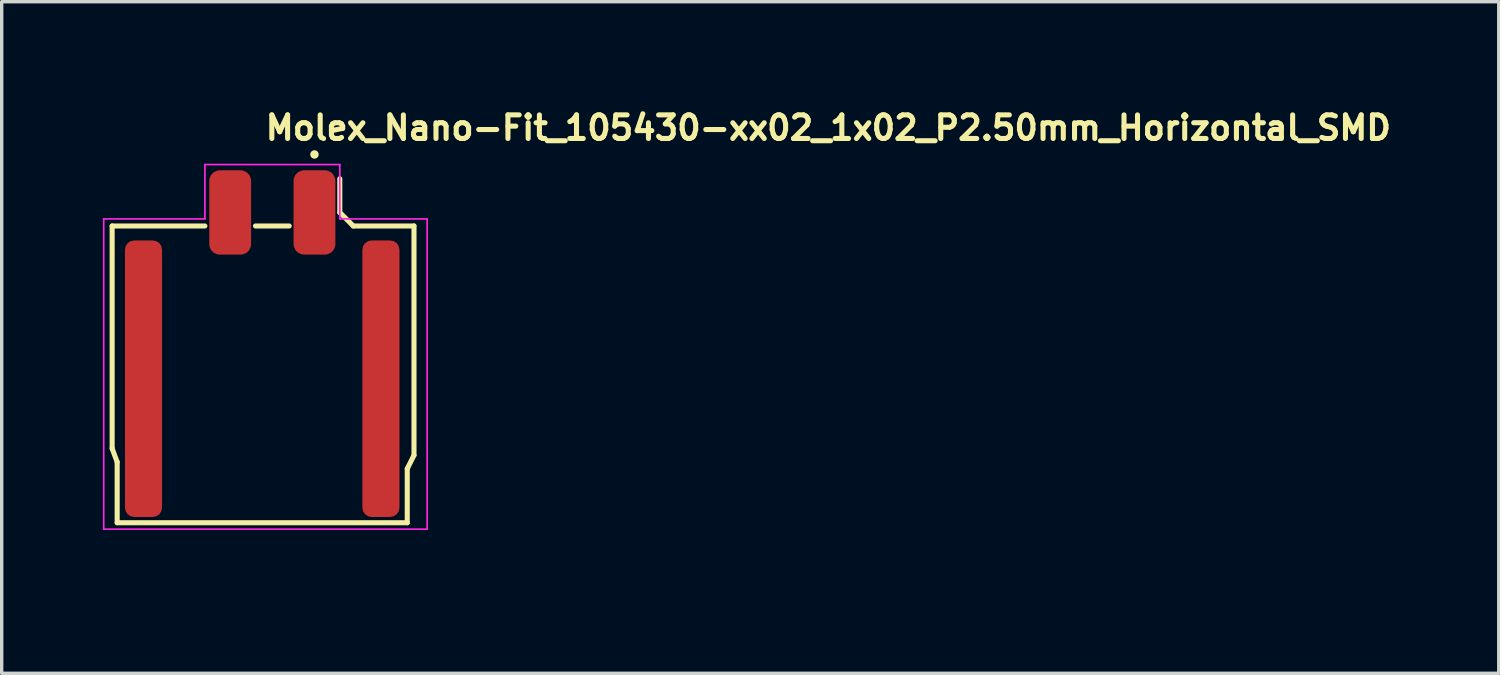
<source format=kicad_pcb>
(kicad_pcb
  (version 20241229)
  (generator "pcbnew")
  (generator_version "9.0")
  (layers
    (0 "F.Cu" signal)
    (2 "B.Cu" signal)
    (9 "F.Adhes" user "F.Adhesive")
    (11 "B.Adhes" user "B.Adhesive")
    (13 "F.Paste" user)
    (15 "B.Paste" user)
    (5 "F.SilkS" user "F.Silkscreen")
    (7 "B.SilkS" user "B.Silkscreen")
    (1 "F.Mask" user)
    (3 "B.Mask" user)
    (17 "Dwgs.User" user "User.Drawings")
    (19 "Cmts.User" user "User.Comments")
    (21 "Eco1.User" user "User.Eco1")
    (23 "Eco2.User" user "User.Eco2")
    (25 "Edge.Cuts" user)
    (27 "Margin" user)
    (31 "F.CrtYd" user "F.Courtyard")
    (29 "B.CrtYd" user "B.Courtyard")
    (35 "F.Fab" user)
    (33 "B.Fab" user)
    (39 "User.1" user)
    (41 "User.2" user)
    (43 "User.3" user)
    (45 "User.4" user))
  (footprint "Molex_Nano-Fit_105430-xx02_1x02_P2.50mm_Horizontal_SMD"
    (layer "F.Cu")
    (at 4.745 8.15)
    (property "Reference" "Molex_Nano-Fit_105430-xx02_1x02_P2.50mm_Horizontal_SMD" (at 0 -7 0) (layer "F.SilkS") (effects (font (size 0.7 0.7) (thickness 0.15)) (justify left bottom)))
    (attr smd)
    (fp_line (start -4.47 -4.5) (end -4.47 2.099) (stroke (width 0.15) (type solid)) (layer "F.SilkS"))
    (fp_line (start -4.47 2.099) (end -4.321 2.499) (stroke (width 0.15) (type solid)) (layer "F.SilkS"))
    (fp_line (start -4.321 2.499) (end -4.321 4.299) (stroke (width 0.15) (type solid)) (layer "F.SilkS"))
    (fp_line (start -4.321 4.299) (end 4.28 4.299) (stroke (width 0.15) (type solid)) (layer "F.SilkS"))
    (fp_line (start -1.72 -4.5) (end -4.47 -4.5) (stroke (width 0.15) (type solid)) (layer "F.SilkS"))
    (fp_line (start -0.22 -4.5) (end 0.78 -4.5) (stroke (width 0.15) (type solid)) (layer "F.SilkS"))
    (fp_line (start 2.28 -4.901) (end 2.28 -5.901) (stroke (width 0.15) (type solid)) (layer "F.SilkS"))
    (fp_line (start 2.28 -4.901) (end 2.68 -4.5) (stroke (width 0.15) (type solid)) (layer "F.SilkS"))
    (fp_line (start 4.28 2.698) (end 4.28 4.299) (stroke (width 0.15) (type solid)) (layer "F.SilkS"))
    (fp_line (start 4.48 -4.5) (end 2.68 -4.5) (stroke (width 0.15) (type solid)) (layer "F.SilkS"))
    (fp_line (start 4.48 2.298) (end 4.28 2.698) (stroke (width 0.15) (type solid)) (layer "F.SilkS"))
    (fp_line (start 4.48 2.298) (end 4.48 -4.5) (stroke (width 0.15) (type solid)) (layer "F.SilkS"))
    (fp_circle (center 1.529 -6.62) (end 1.579 -6.62) (stroke (width 0.15) (type solid)) (fill yes) (layer "F.SilkS"))
    (fp_line (start -4.72 -4.71) (end -1.72 -4.71) (stroke (width 0.05) (type solid)) (layer "F.CrtYd"))
    (fp_line (start -4.72 4.49) (end -4.72 -4.71) (stroke (width 0.05) (type solid)) (layer "F.CrtYd"))
    (fp_line (start -1.72 -4.71) (end -1.72 -6.32) (stroke (width 0.05) (type solid)) (layer "F.CrtYd"))
    (fp_line (start 2.28 -6.32) (end -1.72 -6.32) (stroke (width 0.05) (type solid)) (layer "F.CrtYd"))
    (fp_line (start 2.28 -6.32) (end 2.28 -4.71) (stroke (width 0.05) (type solid)) (layer "F.CrtYd"))
    (fp_line (start 2.28 -4.71) (end 4.87 -4.71) (stroke (width 0.05) (type solid)) (layer "F.CrtYd"))
    (fp_line (start 4.87 4.49) (end -4.72 4.49) (stroke (width 0.05) (type solid)) (layer "F.CrtYd"))
    (fp_line (start 4.87 4.49) (end 4.87 -4.71) (stroke (width 0.05) (type solid)) (layer "F.CrtYd"))
    (fp_rect (start -4.372 -5.715) (end 4.37 5.714) (stroke (width 0.1) (type solid)) (fill no) (layer "User.5"))
    (fp_line (start -4.372 -4.436) (end -4.372 2.253) (stroke (width 0.02) (type solid)) (layer "User.9"))
    (fp_line (start -4.372 2.253) (end -3.371 4.254) (stroke (width 0.02) (type solid)) (layer "User.9"))
    (fp_line (start -3.871 -4.436) (end -4.372 -4.436) (stroke (width 0.02) (type solid)) (layer "User.9"))
    (fp_line (start -3.871 -3.436) (end -3.871 -4.436) (stroke (width 0.02) (type solid)) (layer "User.9"))
    (fp_line (start -3.77 -4.436) (end -3.77 -4.287) (stroke (width 0.02) (type solid)) (layer "User.9"))
    (fp_line (start -3.77 -4.287) (end -3.77 -3.436) (stroke (width 0.02) (type solid)) (layer "User.9"))
    (fp_line (start -3.77 3.454) (end -3.77 3.704) (stroke (width 0.02) (type solid)) (layer "User.9"))
    (fp_line (start -3.77 3.704) (end -3.77 3.987) (stroke (width 0.02) (type solid)) (layer "User.9"))
    (fp_line (start -3.77 3.987) (end -3.77 3.987) (stroke (width 0.02) (type solid)) (layer "User.9"))
    (fp_line (start -3.77 3.987) (end -3.77 4.105) (stroke (width 0.02) (type solid)) (layer "User.9"))
    (fp_line (start -3.446 4.105) (end -3.77 4.105) (stroke (width 0.02) (type solid)) (layer "User.9"))
    (fp_line (start -3.446 4.105) (end -3.77 4.105) (stroke (width 0.02) (type solid)) (layer "User.9"))
    (fp_line (start -3.371 4.254) (end -2.701 4.254) (stroke (width 0.02) (type solid)) (layer "User.9"))
    (fp_line (start -3.27 -4.436) (end -3.77 -4.436) (stroke (width 0.02) (type solid)) (layer "User.9"))
    (fp_line (start -3.27 -4.436) (end -3.27 -4.287) (stroke (width 0.02) (type solid)) (layer "User.9"))
    (fp_line (start -3.27 -4.287) (end -3.77 -4.287) (stroke (width 0.02) (type solid)) (layer "User.9"))
    (fp_line (start -3.27 -4.287) (end -3.27 -3.436) (stroke (width 0.02) (type solid)) (layer "User.9"))
    (fp_line (start -3.17 -3.436) (end -3.871 -3.436) (stroke (width 0.02) (type solid)) (layer "User.9"))
    (fp_line (start -3.17 -3.436) (end -3.17 -4.436) (stroke (width 0.02) (type solid)) (layer "User.9"))
    (fp_line (start -2.5 -2.255) (end -2.5 -2.246) (stroke (width 0.02) (type solid)) (layer "User.9"))
    (fp_line (start -2.5 -2.255) (end -2.499 -2.266) (stroke (width 0.02) (type solid)) (layer "User.9"))
    (fp_line (start -2.5 -2.246) (end -2.5 -2.255) (stroke (width 0.02) (type solid)) (layer "User.9"))
    (fp_line (start -2.5 -2.246) (end -2.5 -2.237) (stroke (width 0.02) (type solid)) (layer "User.9"))
    (fp_line (start -2.5 -2.237) (end -2.5 -2.246) (stroke (width 0.02) (type solid)) (layer "User.9"))
    (fp_line (start -2.5 -2.237) (end -2.301 -2.237) (stroke (width 0.02) (type solid)) (layer "User.9"))
    (fp_line (start -2.5 4.254) (end -2.701 4.254) (stroke (width 0.02) (type solid)) (layer "User.9"))
    (fp_line (start -2.5 5.714) (end -2.5 -2.237) (stroke (width 0.02) (type solid)) (layer "User.9"))
    (fp_line (start -2.499 -2.266) (end -2.5 -2.255) (stroke (width 0.02) (type solid)) (layer "User.9"))
    (fp_line (start -2.499 -2.266) (end -2.497 -2.275) (stroke (width 0.02) (type solid)) (layer "User.9"))
    (fp_line (start -2.497 -2.275) (end -2.499 -2.266) (stroke (width 0.02) (type solid)) (layer "User.9"))
    (fp_line (start -2.497 -2.275) (end -2.495 -2.285) (stroke (width 0.02) (type solid)) (layer "User.9"))
    (fp_line (start -2.495 -2.285) (end -2.497 -2.275) (stroke (width 0.02) (type solid)) (layer "User.9"))
    (fp_line (start -2.495 -2.285) (end -2.492 -2.294) (stroke (width 0.02) (type solid)) (layer "User.9"))
    (fp_line (start -2.492 -2.294) (end -2.495 -2.285) (stroke (width 0.02) (type solid)) (layer "User.9"))
    (fp_line (start -2.492 -2.294) (end -2.489 -2.303) (stroke (width 0.02) (type solid)) (layer "User.9"))
    (fp_line (start -2.489 -2.303) (end -2.492 -2.294) (stroke (width 0.02) (type solid)) (layer "User.9"))
    (fp_line (start -2.489 -2.303) (end -2.485 -2.312) (stroke (width 0.02) (type solid)) (layer "User.9"))
    (fp_line (start -2.485 -2.312) (end -2.489 -2.303) (stroke (width 0.02) (type solid)) (layer "User.9"))
    (fp_line (start -2.485 -2.312) (end -2.481 -2.322) (stroke (width 0.02) (type solid)) (layer "User.9"))
    (fp_line (start -2.481 -2.322) (end -2.485 -2.312) (stroke (width 0.02) (type solid)) (layer "User.9"))
    (fp_line (start -2.481 -2.322) (end -2.477 -2.331) (stroke (width 0.02) (type solid)) (layer "User.9"))
    (fp_line (start -2.477 -2.331) (end -2.481 -2.322) (stroke (width 0.02) (type solid)) (layer "User.9"))
    (fp_line (start -2.477 -2.331) (end -2.472 -2.339) (stroke (width 0.02) (type solid)) (layer "User.9"))
    (fp_line (start -2.472 -2.339) (end -2.477 -2.331) (stroke (width 0.02) (type solid)) (layer "User.9"))
    (fp_line (start -2.472 -2.339) (end -2.468 -2.347) (stroke (width 0.02) (type solid)) (layer "User.9"))
    (fp_line (start -2.468 -2.347) (end -2.472 -2.339) (stroke (width 0.02) (type solid)) (layer "User.9"))
    (fp_line (start -2.468 -2.347) (end -2.461 -2.355) (stroke (width 0.02) (type solid)) (layer "User.9"))
    (fp_line (start -2.461 -2.355) (end -2.468 -2.347) (stroke (width 0.02) (type solid)) (layer "User.9"))
    (fp_line (start -2.461 -2.355) (end -2.456 -2.363) (stroke (width 0.02) (type solid)) (layer "User.9"))
    (fp_line (start -2.456 -2.363) (end -2.461 -2.355) (stroke (width 0.02) (type solid)) (layer "User.9"))
    (fp_line (start -2.456 -2.363) (end -2.449 -2.371) (stroke (width 0.02) (type solid)) (layer "User.9"))
    (fp_line (start -2.449 -2.371) (end -2.456 -2.363) (stroke (width 0.02) (type solid)) (layer "User.9"))
    (fp_line (start -2.449 -2.371) (end -2.443 -2.378) (stroke (width 0.02) (type solid)) (layer "User.9"))
    (fp_line (start -2.443 -2.378) (end -2.449 -2.371) (stroke (width 0.02) (type solid)) (layer "User.9"))
    (fp_line (start -2.443 -2.378) (end -2.443 -2.378) (stroke (width 0.02) (type solid)) (layer "User.9"))
    (fp_line (start -2.443 -2.378) (end -2.443 -2.378) (stroke (width 0.02) (type solid)) (layer "User.9"))
    (fp_line (start -2.443 -2.378) (end -2.436 -2.384) (stroke (width 0.02) (type solid)) (layer "User.9"))
    (fp_line (start -2.436 -2.384) (end -2.443 -2.378) (stroke (width 0.02) (type solid)) (layer "User.9"))
    (fp_line (start -2.436 -2.384) (end -2.427 -2.391) (stroke (width 0.02) (type solid)) (layer "User.9"))
    (fp_line (start -2.427 -2.391) (end -2.436 -2.384) (stroke (width 0.02) (type solid)) (layer "User.9"))
    (fp_line (start -2.427 -2.391) (end -2.419 -2.396) (stroke (width 0.02) (type solid)) (layer "User.9"))
    (fp_line (start -2.419 -2.396) (end -2.427 -2.391) (stroke (width 0.02) (type solid)) (layer "User.9"))
    (fp_line (start -2.419 -2.396) (end -2.411 -2.403) (stroke (width 0.02) (type solid)) (layer "User.9"))
    (fp_line (start -2.411 -2.403) (end -2.419 -2.396) (stroke (width 0.02) (type solid)) (layer "User.9"))
    (fp_line (start -2.411 -2.403) (end -2.403 -2.407) (stroke (width 0.02) (type solid)) (layer "User.9"))
    (fp_line (start -2.403 -2.407) (end -2.411 -2.403) (stroke (width 0.02) (type solid)) (layer "User.9"))
    (fp_line (start -2.403 -2.407) (end -2.395 -2.412) (stroke (width 0.02) (type solid)) (layer "User.9"))
    (fp_line (start -2.395 -2.412) (end -2.403 -2.407) (stroke (width 0.02) (type solid)) (layer "User.9"))
    (fp_line (start -2.395 -2.412) (end -2.387 -2.416) (stroke (width 0.02) (type solid)) (layer "User.9"))
    (fp_line (start -2.387 -2.416) (end -2.395 -2.412) (stroke (width 0.02) (type solid)) (layer "User.9"))
    (fp_line (start -2.387 -2.416) (end -2.378 -2.42) (stroke (width 0.02) (type solid)) (layer "User.9"))
    (fp_line (start -2.378 -2.42) (end -2.387 -2.416) (stroke (width 0.02) (type solid)) (layer "User.9"))
    (fp_line (start -2.378 -2.42) (end -2.368 -2.424) (stroke (width 0.02) (type solid)) (layer "User.9"))
    (fp_line (start -2.368 -2.424) (end -2.378 -2.42) (stroke (width 0.02) (type solid)) (layer "User.9"))
    (fp_line (start -2.368 -2.424) (end -2.359 -2.427) (stroke (width 0.02) (type solid)) (layer "User.9"))
    (fp_line (start -2.359 -2.427) (end -2.368 -2.424) (stroke (width 0.02) (type solid)) (layer "User.9"))
    (fp_line (start -2.359 -2.427) (end -2.35 -2.43) (stroke (width 0.02) (type solid)) (layer "User.9"))
    (fp_line (start -2.35 -2.43) (end -2.359 -2.427) (stroke (width 0.02) (type solid)) (layer "User.9"))
    (fp_line (start -2.35 -2.43) (end -2.34 -2.432) (stroke (width 0.02) (type solid)) (layer "User.9"))
    (fp_line (start -2.34 -2.432) (end -2.35 -2.43) (stroke (width 0.02) (type solid)) (layer "User.9"))
    (fp_line (start -2.34 -2.432) (end -2.331 -2.433) (stroke (width 0.02) (type solid)) (layer "User.9"))
    (fp_line (start -2.331 -2.433) (end -2.34 -2.432) (stroke (width 0.02) (type solid)) (layer "User.9"))
    (fp_line (start -2.331 -2.433) (end -2.32 -2.436) (stroke (width 0.02) (type solid)) (layer "User.9"))
    (fp_line (start -2.32 -2.436) (end -2.331 -2.433) (stroke (width 0.02) (type solid)) (layer "User.9"))
    (fp_line (start -2.32 -2.436) (end -2.311 -2.436) (stroke (width 0.02) (type solid)) (layer "User.9"))
    (fp_line (start -2.311 -2.436) (end -2.32 -2.436) (stroke (width 0.02) (type solid)) (layer "User.9"))
    (fp_line (start -2.311 -2.436) (end -2.301 -2.436) (stroke (width 0.02) (type solid)) (layer "User.9"))
    (fp_line (start -2.301 -2.436) (end -2.311 -2.436) (stroke (width 0.02) (type solid)) (layer "User.9"))
    (fp_line (start -2.301 5.714) (end -2.5 5.714) (stroke (width 0.02) (type solid)) (layer "User.9"))
    (fp_line (start -2.301 5.714) (end 2.899 5.714) (stroke (width 0.02) (type solid)) (layer "User.9"))
    (fp_line (start -2 -2.637) (end -2 -2.436) (stroke (width 0.02) (type solid)) (layer "User.9"))
    (fp_line (start -1.268 -5.516) (end -1.268 -5.715) (stroke (width 0.02) (type solid)) (layer "User.9"))
    (fp_line (start -1.268 -5.177) (end -1.268 -5.516) (stroke (width 0.02) (type solid)) (layer "User.9"))
    (fp_line (start -1.268 -4.827) (end -1.268 -5.177) (stroke (width 0.02) (type solid)) (layer "User.9"))
    (fp_line (start -1.268 -4.577) (end -1.268 -4.827) (stroke (width 0.02) (type solid)) (layer "User.9"))
    (fp_line (start -1.268 -4.436) (end -1.268 -4.577) (stroke (width 0.02) (type solid)) (layer "User.9"))
    (fp_line (start -0.633 -5.715) (end -1.268 -5.715) (stroke (width 0.02) (type solid)) (layer "User.9"))
    (fp_line (start -0.633 -5.516) (end -1.268 -5.516) (stroke (width 0.02) (type solid)) (layer "User.9"))
    (fp_line (start -0.633 -5.516) (end -0.633 -5.715) (stroke (width 0.02) (type solid)) (layer "User.9"))
    (fp_line (start -0.633 -5.177) (end -1.268 -5.177) (stroke (width 0.02) (type solid)) (layer "User.9"))
    (fp_line (start -0.633 -5.177) (end -0.633 -5.516) (stroke (width 0.02) (type solid)) (layer "User.9"))
    (fp_line (start -0.633 -4.827) (end -0.633 -5.177) (stroke (width 0.02) (type solid)) (layer "User.9"))
    (fp_line (start -0.633 -4.577) (end -1.268 -4.577) (stroke (width 0.02) (type solid)) (layer "User.9"))
    (fp_line (start -0.633 -4.577) (end -0.633 -4.827) (stroke (width 0.02) (type solid)) (layer "User.9"))
    (fp_line (start -0.633 -4.436) (end -0.633 -4.577) (stroke (width 0.02) (type solid)) (layer "User.9"))
    (fp_line (start 1.231 -5.516) (end 1.231 -5.715) (stroke (width 0.02) (type solid)) (layer "User.9"))
    (fp_line (start 1.231 -5.177) (end 1.231 -5.516) (stroke (width 0.02) (type solid)) (layer "User.9"))
    (fp_line (start 1.231 -4.827) (end 1.231 -5.177) (stroke (width 0.02) (type solid)) (layer "User.9"))
    (fp_line (start 1.231 -4.577) (end 1.231 -4.827) (stroke (width 0.02) (type solid)) (layer "User.9"))
    (fp_line (start 1.231 -4.436) (end 1.231 -4.577) (stroke (width 0.02) (type solid)) (layer "User.9"))
    (fp_line (start 1.866 -5.715) (end 1.231 -5.715) (stroke (width 0.02) (type solid)) (layer "User.9"))
    (fp_line (start 1.866 -5.516) (end 1.231 -5.516) (stroke (width 0.02) (type solid)) (layer "User.9"))
    (fp_line (start 1.866 -5.516) (end 1.866 -5.715) (stroke (width 0.02) (type solid)) (layer "User.9"))
    (fp_line (start 1.866 -5.177) (end 1.231 -5.177) (stroke (width 0.02) (type solid)) (layer "User.9"))
    (fp_line (start 1.866 -5.177) (end 1.866 -5.516) (stroke (width 0.02) (type solid)) (layer "User.9"))
    (fp_line (start 1.866 -4.827) (end 1.866 -5.177) (stroke (width 0.02) (type solid)) (layer "User.9"))
    (fp_line (start 1.866 -4.577) (end 1.231 -4.577) (stroke (width 0.02) (type solid)) (layer "User.9"))
    (fp_line (start 1.866 -4.577) (end 1.866 -4.827) (stroke (width 0.02) (type solid)) (layer "User.9"))
    (fp_line (start 1.866 -4.436) (end 1.866 -4.577) (stroke (width 0.02) (type solid)) (layer "User.9"))
    (fp_line (start 2.6 -2.436) (end 2.6 -2.637) (stroke (width 0.02) (type solid)) (layer "User.9"))
    (fp_line (start 2.899 -2.436) (end -2.301 -2.436) (stroke (width 0.02) (type solid)) (layer "User.9"))
    (fp_line (start 2.899 -2.436) (end 2.899 -2.237) (stroke (width 0.02) (type solid)) (layer "User.9"))
    (fp_line (start 2.899 -2.436) (end 2.909 -2.436) (stroke (width 0.02) (type solid)) (layer "User.9"))
    (fp_line (start 2.909 -2.436) (end 2.899 -2.436) (stroke (width 0.02) (type solid)) (layer "User.9"))
    (fp_line (start 2.909 -2.436) (end 2.918 -2.436) (stroke (width 0.02) (type solid)) (layer "User.9"))
    (fp_line (start 2.918 -2.436) (end 2.909 -2.436) (stroke (width 0.02) (type solid)) (layer "User.9"))
    (fp_line (start 2.918 -2.436) (end 2.929 -2.433) (stroke (width 0.02) (type solid)) (layer "User.9"))
    (fp_line (start 2.929 -2.433) (end 2.918 -2.436) (stroke (width 0.02) (type solid)) (layer "User.9"))
    (fp_line (start 2.929 -2.433) (end 2.938 -2.432) (stroke (width 0.02) (type solid)) (layer "User.9"))
    (fp_line (start 2.938 -2.432) (end 2.929 -2.433) (stroke (width 0.02) (type solid)) (layer "User.9"))
    (fp_line (start 2.938 -2.432) (end 2.947 -2.43) (stroke (width 0.02) (type solid)) (layer "User.9"))
    (fp_line (start 2.947 -2.43) (end 2.938 -2.432) (stroke (width 0.02) (type solid)) (layer "User.9"))
    (fp_line (start 2.947 -2.43) (end 2.958 -2.427) (stroke (width 0.02) (type solid)) (layer "User.9"))
    (fp_line (start 2.958 -2.427) (end 2.947 -2.43) (stroke (width 0.02) (type solid)) (layer "User.9"))
    (fp_line (start 2.958 -2.427) (end 2.967 -2.424) (stroke (width 0.02) (type solid)) (layer "User.9"))
    (fp_line (start 2.967 -2.424) (end 2.958 -2.427) (stroke (width 0.02) (type solid)) (layer "User.9"))
    (fp_line (start 2.967 -2.424) (end 2.975 -2.42) (stroke (width 0.02) (type solid)) (layer "User.9"))
    (fp_line (start 2.975 -2.42) (end 2.967 -2.424) (stroke (width 0.02) (type solid)) (layer "User.9"))
    (fp_line (start 2.975 -2.42) (end 2.984 -2.416) (stroke (width 0.02) (type solid)) (layer "User.9"))
    (fp_line (start 2.984 -2.416) (end 2.975 -2.42) (stroke (width 0.02) (type solid)) (layer "User.9"))
    (fp_line (start 2.984 -2.416) (end 2.994 -2.412) (stroke (width 0.02) (type solid)) (layer "User.9"))
    (fp_line (start 2.994 -2.412) (end 2.984 -2.416) (stroke (width 0.02) (type solid)) (layer "User.9"))
    (fp_line (start 2.994 -2.412) (end 3.002 -2.407) (stroke (width 0.02) (type solid)) (layer "User.9"))
    (fp_line (start 3.002 -2.407) (end 2.994 -2.412) (stroke (width 0.02) (type solid)) (layer "User.9"))
    (fp_line (start 3.002 -2.407) (end 3.01 -2.403) (stroke (width 0.02) (type solid)) (layer "User.9"))
    (fp_line (start 3.01 -2.403) (end 3.002 -2.407) (stroke (width 0.02) (type solid)) (layer "User.9"))
    (fp_line (start 3.01 -2.403) (end 3.018 -2.396) (stroke (width 0.02) (type solid)) (layer "User.9"))
    (fp_line (start 3.018 -2.396) (end 3.01 -2.403) (stroke (width 0.02) (type solid)) (layer "User.9"))
    (fp_line (start 3.018 -2.396) (end 3.026 -2.391) (stroke (width 0.02) (type solid)) (layer "User.9"))
    (fp_line (start 3.026 -2.391) (end 3.018 -2.396) (stroke (width 0.02) (type solid)) (layer "User.9"))
    (fp_line (start 3.026 -2.391) (end 3.034 -2.384) (stroke (width 0.02) (type solid)) (layer "User.9"))
    (fp_line (start 3.034 -2.384) (end 3.026 -2.391) (stroke (width 0.02) (type solid)) (layer "User.9"))
    (fp_line (start 3.034 -2.384) (end 3.04 -2.378) (stroke (width 0.02) (type solid)) (layer "User.9"))
    (fp_line (start 3.04 -2.378) (end 3.034 -2.384) (stroke (width 0.02) (type solid)) (layer "User.9"))
    (fp_line (start 3.04 -2.378) (end 3.04 -2.378) (stroke (width 0.02) (type solid)) (layer "User.9"))
    (fp_line (start 3.04 -2.378) (end 3.04 -2.378) (stroke (width 0.02) (type solid)) (layer "User.9"))
    (fp_line (start 3.04 -2.378) (end 3.047 -2.371) (stroke (width 0.02) (type solid)) (layer "User.9"))
    (fp_line (start 3.047 -2.371) (end 3.04 -2.378) (stroke (width 0.02) (type solid)) (layer "User.9"))
    (fp_line (start 3.047 -2.371) (end 3.054 -2.363) (stroke (width 0.02) (type solid)) (layer "User.9"))
    (fp_line (start 3.054 -2.363) (end 3.047 -2.371) (stroke (width 0.02) (type solid)) (layer "User.9"))
    (fp_line (start 3.054 -2.363) (end 3.059 -2.355) (stroke (width 0.02) (type solid)) (layer "User.9"))
    (fp_line (start 3.059 -2.355) (end 3.054 -2.363) (stroke (width 0.02) (type solid)) (layer "User.9"))
    (fp_line (start 3.059 -2.355) (end 3.066 -2.347) (stroke (width 0.02) (type solid)) (layer "User.9"))
    (fp_line (start 3.066 -2.347) (end 3.059 -2.355) (stroke (width 0.02) (type solid)) (layer "User.9"))
    (fp_line (start 3.066 -2.347) (end 3.071 -2.339) (stroke (width 0.02) (type solid)) (layer "User.9"))
    (fp_line (start 3.071 -2.339) (end 3.066 -2.347) (stroke (width 0.02) (type solid)) (layer "User.9"))
    (fp_line (start 3.071 -2.339) (end 3.076 -2.331) (stroke (width 0.02) (type solid)) (layer "User.9"))
    (fp_line (start 3.076 -2.331) (end 3.071 -2.339) (stroke (width 0.02) (type solid)) (layer "User.9"))
    (fp_line (start 3.076 -2.331) (end 3.08 -2.322) (stroke (width 0.02) (type solid)) (layer "User.9"))
    (fp_line (start 3.08 -2.322) (end 3.076 -2.331) (stroke (width 0.02) (type solid)) (layer "User.9"))
    (fp_line (start 3.08 -2.322) (end 3.084 -2.312) (stroke (width 0.02) (type solid)) (layer "User.9"))
    (fp_line (start 3.084 -2.312) (end 3.08 -2.322) (stroke (width 0.02) (type solid)) (layer "User.9"))
    (fp_line (start 3.084 -2.312) (end 3.088 -2.303) (stroke (width 0.02) (type solid)) (layer "User.9"))
    (fp_line (start 3.088 -2.303) (end 3.084 -2.312) (stroke (width 0.02) (type solid)) (layer "User.9"))
    (fp_line (start 3.088 -2.303) (end 3.091 -2.294) (stroke (width 0.02) (type solid)) (layer "User.9"))
    (fp_line (start 3.091 -2.294) (end 3.088 -2.303) (stroke (width 0.02) (type solid)) (layer "User.9"))
    (fp_line (start 3.091 -2.294) (end 3.092 -2.285) (stroke (width 0.02) (type solid)) (layer "User.9"))
    (fp_line (start 3.092 -2.285) (end 3.091 -2.294) (stroke (width 0.02) (type solid)) (layer "User.9"))
    (fp_line (start 3.092 -2.285) (end 3.096 -2.275) (stroke (width 0.02) (type solid)) (layer "User.9"))
    (fp_line (start 3.096 -2.275) (end 3.092 -2.285) (stroke (width 0.02) (type solid)) (layer "User.9"))
    (fp_line (start 3.096 -2.275) (end 3.096 -2.266) (stroke (width 0.02) (type solid)) (layer "User.9"))
    (fp_line (start 3.096 -2.266) (end 3.096 -2.275) (stroke (width 0.02) (type solid)) (layer "User.9"))
    (fp_line (start 3.096 -2.266) (end 3.099 -2.255) (stroke (width 0.02) (type solid)) (layer "User.9"))
    (fp_line (start 3.099 -2.255) (end 3.096 -2.266) (stroke (width 0.02) (type solid)) (layer "User.9"))
    (fp_line (start 3.099 -2.255) (end 3.099 -2.246) (stroke (width 0.02) (type solid)) (layer "User.9"))
    (fp_line (start 3.099 -2.246) (end 3.099 -2.255) (stroke (width 0.02) (type solid)) (layer "User.9"))
    (fp_line (start 3.099 -2.246) (end 3.1 -2.237) (stroke (width 0.02) (type solid)) (layer "User.9"))
    (fp_line (start 3.1 -2.237) (end 3.099 -2.246) (stroke (width 0.02) (type solid)) (layer "User.9"))
    (fp_line (start 3.1 -2.237) (end 3.1 5.714) (stroke (width 0.02) (type solid)) (layer "User.9"))
    (fp_line (start 3.1 5.714) (end 2.899 5.714) (stroke (width 0.02) (type solid)) (layer "User.9"))
    (fp_line (start 3.169 -4.436) (end -3.17 -4.436) (stroke (width 0.02) (type solid)) (layer "User.9"))
    (fp_line (start 3.169 -3.436) (end 3.169 -4.436) (stroke (width 0.02) (type solid)) (layer "User.9"))
    (fp_line (start 3.169 -3.436) (end 3.87 -3.436) (stroke (width 0.02) (type solid)) (layer "User.9"))
    (fp_line (start 3.269 -4.436) (end 3.269 -4.287) (stroke (width 0.02) (type solid)) (layer "User.9"))
    (fp_line (start 3.269 -4.436) (end 3.769 -4.436) (stroke (width 0.02) (type solid)) (layer "User.9"))
    (fp_line (start 3.269 -4.287) (end 3.269 -3.436) (stroke (width 0.02) (type solid)) (layer "User.9"))
    (fp_line (start 3.269 -4.287) (end 3.769 -4.287) (stroke (width 0.02) (type solid)) (layer "User.9"))
    (fp_line (start 3.3 4.254) (end 3.1 4.254) (stroke (width 0.02) (type solid)) (layer "User.9"))
    (fp_line (start 3.3 4.254) (end 3.37 4.254) (stroke (width 0.02) (type solid)) (layer "User.9"))
    (fp_line (start 3.37 4.254) (end 4.37 2.253) (stroke (width 0.02) (type solid)) (layer "User.9"))
    (fp_line (start 3.445 4.105) (end 3.769 4.105) (stroke (width 0.02) (type solid)) (layer "User.9"))
    (fp_line (start 3.445 4.105) (end 3.769 4.105) (stroke (width 0.02) (type solid)) (layer "User.9"))
    (fp_line (start 3.769 -4.436) (end 3.769 -4.287) (stroke (width 0.02) (type solid)) (layer "User.9"))
    (fp_line (start 3.769 -4.287) (end 3.769 -3.436) (stroke (width 0.02) (type solid)) (layer "User.9"))
    (fp_line (start 3.769 3.454) (end 3.769 3.704) (stroke (width 0.02) (type solid)) (layer "User.9"))
    (fp_line (start 3.769 3.704) (end 3.769 3.987) (stroke (width 0.02) (type solid)) (layer "User.9"))
    (fp_line (start 3.769 3.987) (end 3.769 3.987) (stroke (width 0.02) (type solid)) (layer "User.9"))
    (fp_line (start 3.769 3.987) (end 3.769 4.105) (stroke (width 0.02) (type solid)) (layer "User.9"))
    (fp_line (start 3.87 -3.436) (end 3.87 -4.436) (stroke (width 0.02) (type solid)) (layer "User.9"))
    (fp_line (start 4.37 -4.436) (end 3.87 -4.436) (stroke (width 0.02) (type solid)) (layer "User.9"))
    (fp_line (start 4.37 2.253) (end 4.37 -4.436) (stroke (width 0.02) (type solid)) (layer "User.9"))
    (pad "1" smd roundrect (at 1.529 -4.901 90) (size 2.5 1.24) (layers "F.Cu" "F.Mask" "F.Paste") (roundrect_rratio 0.25))
    (pad "2" smd roundrect (at -0.97 -4.901 90) (size 2.5 1.24) (layers "F.Cu" "F.Mask" "F.Paste") (roundrect_rratio 0.25))
    (pad "MP1" smd roundrect (at -3.54 0.029) (size 1.1 8.2) (layers "F.Cu" "F.Mask" "F.Paste") (roundrect_rratio 0.25))
    (pad "MP2" smd roundrect (at 3.499 0.029) (size 1.1 8.2) (layers "F.Cu" "F.Mask" "F.Paste") (roundrect_rratio 0.25)))
  (gr_rect
    (start -3 -3)
    (end 41.388 16.914)
    (stroke (width 0.1) (type default))
    (fill no)
    (layer "Edge.Cuts")))
</source>
